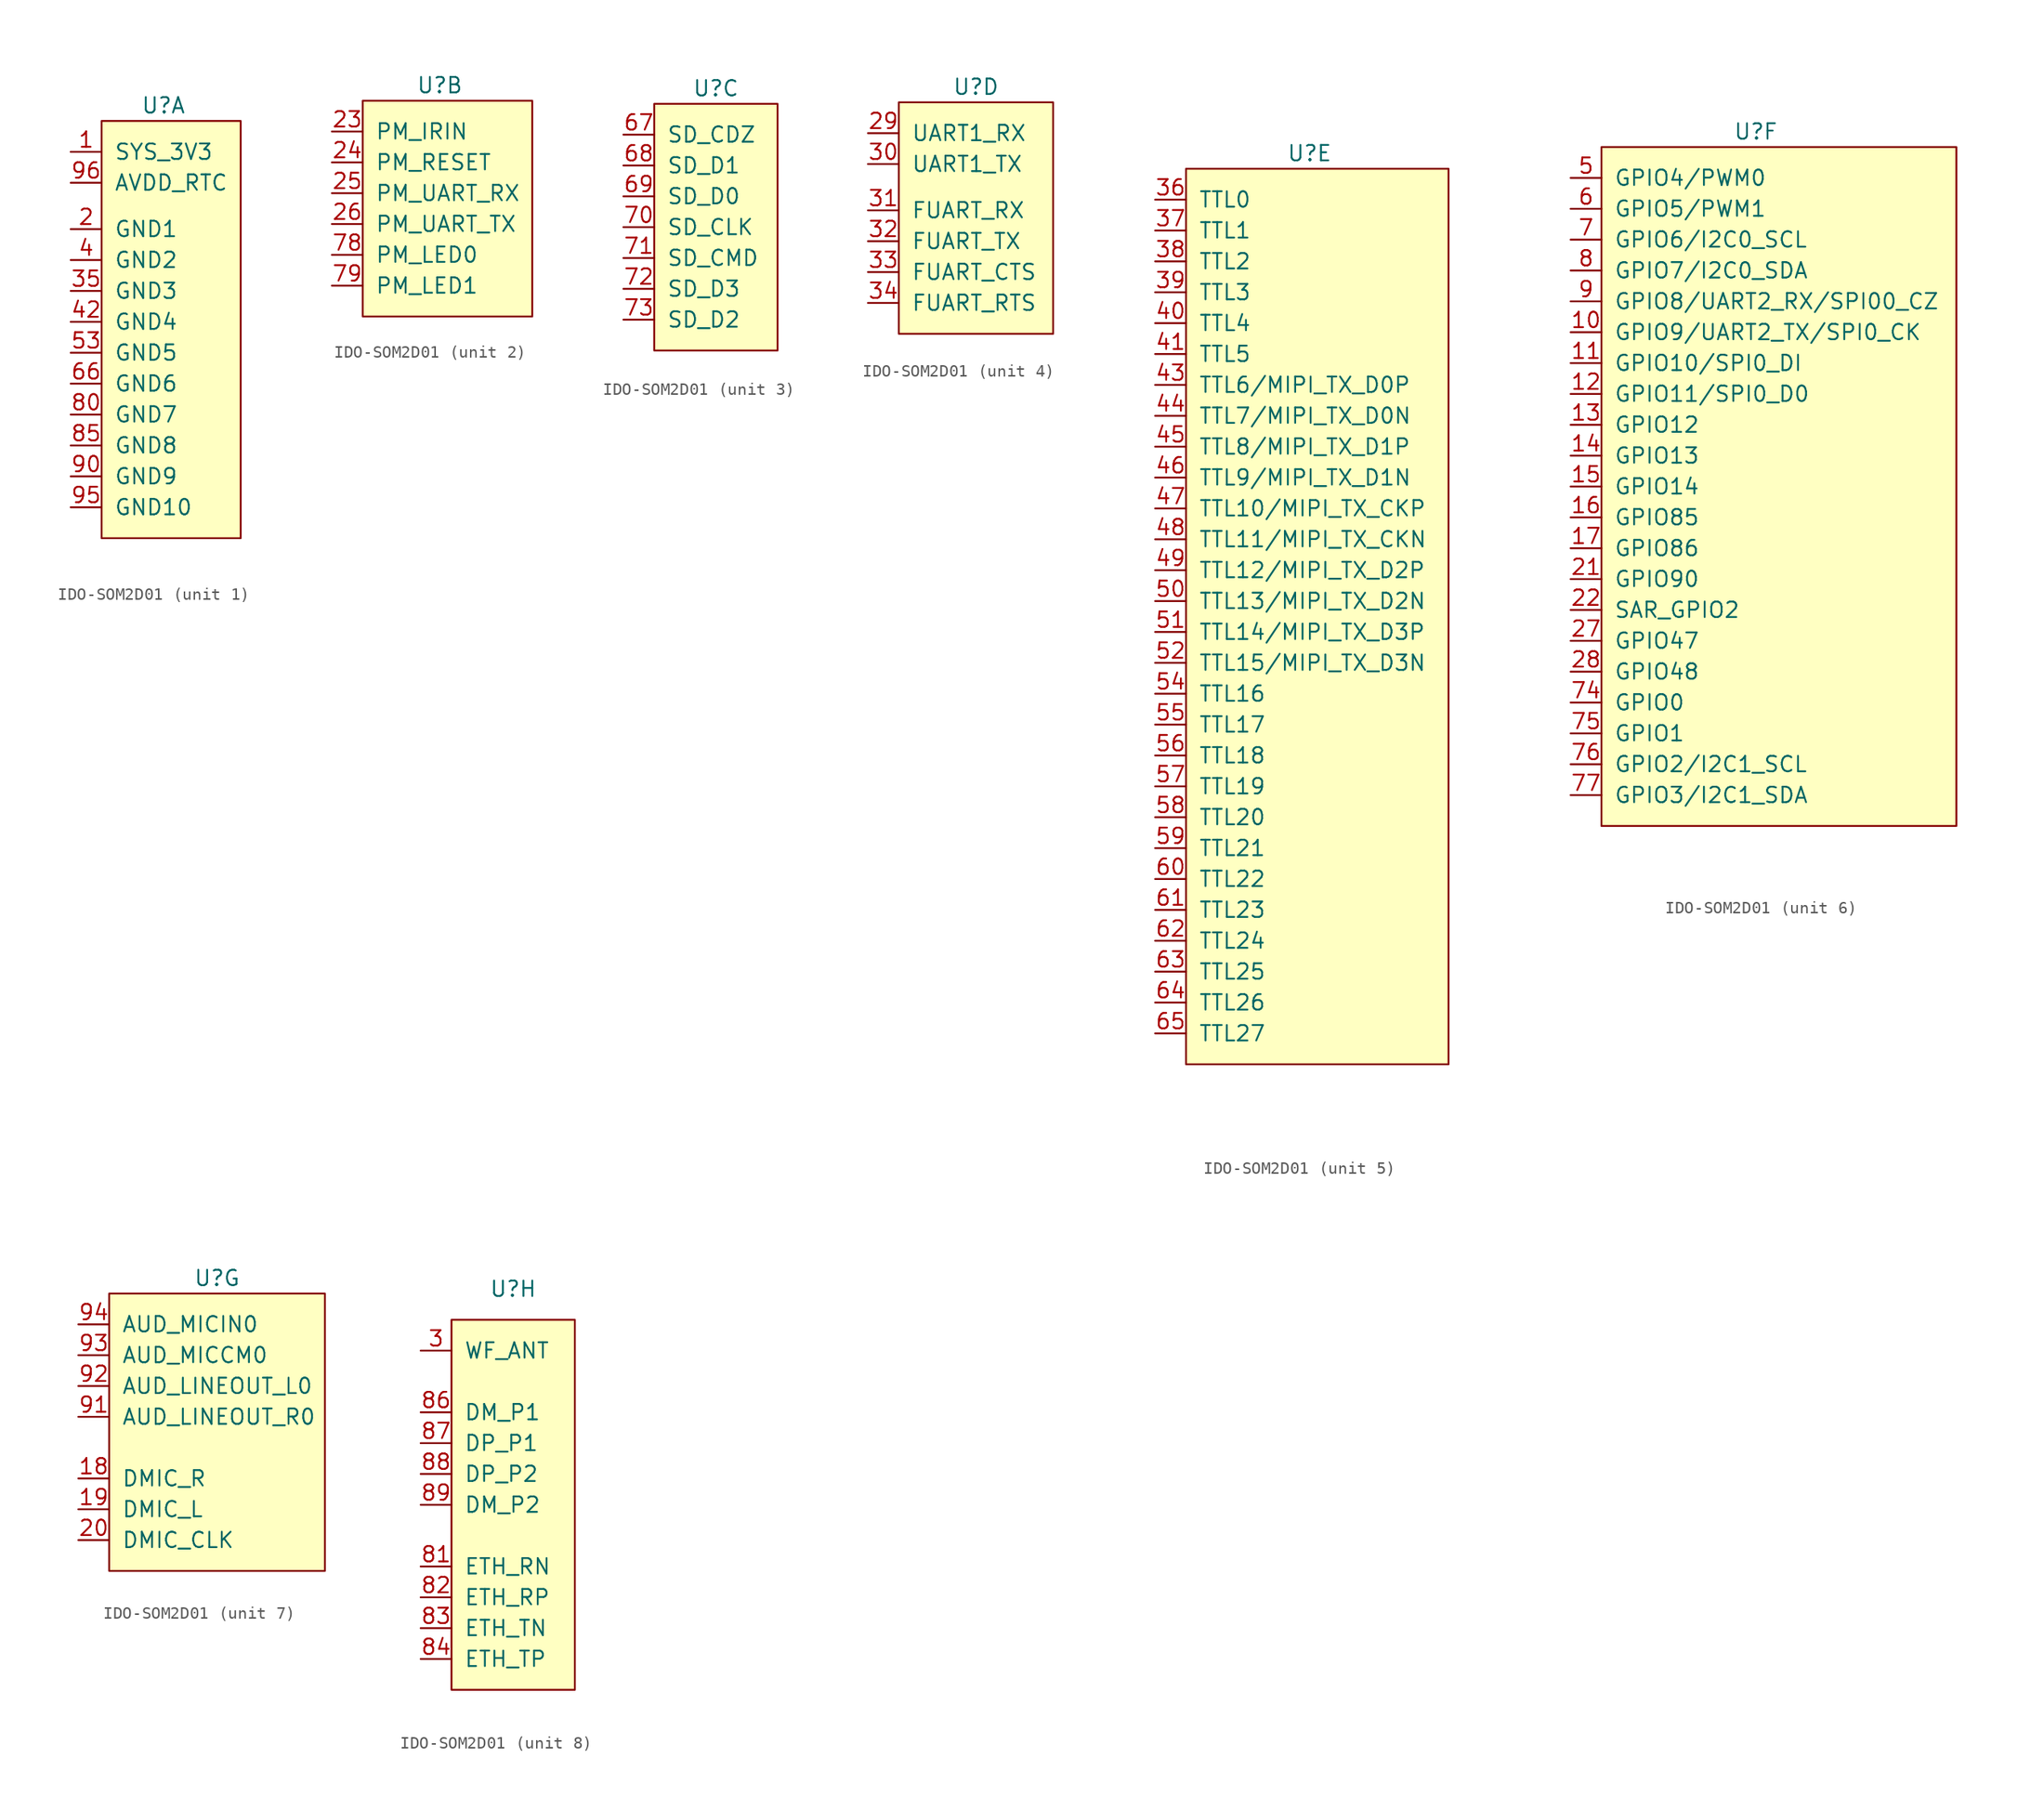
<source format=kicad_sym>
(kicad_symbol_lib
  (version 20201005)
  (generator kicad_symbol_editor)
  (symbol "IC_library:IDO-SOM2D01"
    (pin_names
      (offset 1.016))
    (property "Reference" "U"
      (at 0 0 0)
      (effects (font (size 1.27 1.27))))
    (property "ki_locked" ""
      (at 0 0 0)
      (effects (font (size 1.27 1.27))))
    (symbol "IDO-SOM2D01_1_1"
      (rectangle (start -5.08 -1.27) (end 6.35 -35.56) (stroke (width 0)) (fill (type background)))
      (pin input line (at -7.62 -3.81 0) (length 2.54) (name "SYS_3V3" (effects (font (size 1.27 1.27)))) (number "1" (effects (font (size 1.27 1.27)))))
      (pin input line (at -7.62 -10.16 0) (length 2.54) (name "GND1" (effects (font (size 1.27 1.27)))) (number "2" (effects (font (size 1.27 1.27)))))
      (pin input line (at -7.62 -15.24 0) (length 2.54) (name "GND3" (effects (font (size 1.27 1.27)))) (number "35" (effects (font (size 1.27 1.27)))))
      (pin input line (at -7.62 -12.7 0) (length 2.54) (name "GND2" (effects (font (size 1.27 1.27)))) (number "4" (effects (font (size 1.27 1.27)))))
      (pin input line (at -7.62 -17.78 0) (length 2.54) (name "GND4" (effects (font (size 1.27 1.27)))) (number "42" (effects (font (size 1.27 1.27)))))
      (pin input line (at -7.62 -20.32 0) (length 2.54) (name "GND5" (effects (font (size 1.27 1.27)))) (number "53" (effects (font (size 1.27 1.27)))))
      (pin input line (at -7.62 -22.86 0) (length 2.54) (name "GND6" (effects (font (size 1.27 1.27)))) (number "66" (effects (font (size 1.27 1.27)))))
      (pin input line (at -7.62 -25.4 0) (length 2.54) (name "GND7" (effects (font (size 1.27 1.27)))) (number "80" (effects (font (size 1.27 1.27)))))
      (pin input line (at -7.62 -27.94 0) (length 2.54) (name "GND8" (effects (font (size 1.27 1.27)))) (number "85" (effects (font (size 1.27 1.27)))))
      (pin input line (at -7.62 -30.48 0) (length 2.54) (name "GND9" (effects (font (size 1.27 1.27)))) (number "90" (effects (font (size 1.27 1.27)))))
      (pin input line (at -7.62 -33.02 0) (length 2.54) (name "GND10" (effects (font (size 1.27 1.27)))) (number "95" (effects (font (size 1.27 1.27)))))
      (pin input line (at -7.62 -6.35 0) (length 2.54) (name "AVDD_RTC" (effects (font (size 1.27 1.27)))) (number "96" (effects (font (size 1.27 1.27))))))
    (symbol "IDO-SOM2D01_2_1"
      (rectangle (start -6.35 -1.27) (end 7.62 -19.05) (stroke (width 0)) (fill (type background)))
      (pin input line (at -8.89 -3.81 0) (length 2.54) (name "PM_IRIN" (effects (font (size 1.27 1.27)))) (number "23" (effects (font (size 1.27 1.27)))))
      (pin input line (at -8.89 -6.35 0) (length 2.54) (name "PM_RESET" (effects (font (size 1.27 1.27)))) (number "24" (effects (font (size 1.27 1.27)))))
      (pin input line (at -8.89 -8.89 0) (length 2.54) (name "PM_UART_RX" (effects (font (size 1.27 1.27)))) (number "25" (effects (font (size 1.27 1.27)))))
      (pin input line (at -8.89 -11.43 0) (length 2.54) (name "PM_UART_TX" (effects (font (size 1.27 1.27)))) (number "26" (effects (font (size 1.27 1.27)))))
      (pin input line (at -8.89 -13.97 0) (length 2.54) (name "PM_LED0" (effects (font (size 1.27 1.27)))) (number "78" (effects (font (size 1.27 1.27)))))
      (pin input line (at -8.89 -16.51 0) (length 2.54) (name "PM_LED1" (effects (font (size 1.27 1.27)))) (number "79" (effects (font (size 1.27 1.27))))))
    (symbol "IDO-SOM2D01_3_1"
      (rectangle (start -5.08 -1.27) (end 5.08 -21.59) (stroke (width 0)) (fill (type background)))
      (pin input line (at -7.62 -3.81 0) (length 2.54) (name "SD_CDZ" (effects (font (size 1.27 1.27)))) (number "67" (effects (font (size 1.27 1.27)))))
      (pin input line (at -7.62 -6.35 0) (length 2.54) (name "SD_D1" (effects (font (size 1.27 1.27)))) (number "68" (effects (font (size 1.27 1.27)))))
      (pin input line (at -7.62 -8.89 0) (length 2.54) (name "SD_D0" (effects (font (size 1.27 1.27)))) (number "69" (effects (font (size 1.27 1.27)))))
      (pin input line (at -7.62 -11.43 0) (length 2.54) (name "SD_CLK" (effects (font (size 1.27 1.27)))) (number "70" (effects (font (size 1.27 1.27)))))
      (pin input line (at -7.62 -13.97 0) (length 2.54) (name "SD_CMD" (effects (font (size 1.27 1.27)))) (number "71" (effects (font (size 1.27 1.27)))))
      (pin input line (at -7.62 -16.51 0) (length 2.54) (name "SD_D3" (effects (font (size 1.27 1.27)))) (number "72" (effects (font (size 1.27 1.27)))))
      (pin input line (at -7.62 -19.05 0) (length 2.54) (name "SD_D2" (effects (font (size 1.27 1.27)))) (number "73" (effects (font (size 1.27 1.27))))))
    (symbol "IDO-SOM2D01_4_1"
      (rectangle (start -6.35 -1.27) (end 6.35 -20.32) (stroke (width 0)) (fill (type background)))
      (pin input line (at -8.89 -3.81 0) (length 2.54) (name "UART1_RX" (effects (font (size 1.27 1.27)))) (number "29" (effects (font (size 1.27 1.27)))))
      (pin input line (at -8.89 -6.35 0) (length 2.54) (name "UART1_TX" (effects (font (size 1.27 1.27)))) (number "30" (effects (font (size 1.27 1.27)))))
      (pin input line (at -8.89 -10.16 0) (length 2.54) (name "FUART_RX" (effects (font (size 1.27 1.27)))) (number "31" (effects (font (size 1.27 1.27)))))
      (pin input line (at -8.89 -12.7 0) (length 2.54) (name "FUART_TX" (effects (font (size 1.27 1.27)))) (number "32" (effects (font (size 1.27 1.27)))))
      (pin input line (at -8.89 -15.24 0) (length 2.54) (name "FUART_CTS" (effects (font (size 1.27 1.27)))) (number "33" (effects (font (size 1.27 1.27)))))
      (pin input line (at -8.89 -17.78 0) (length 2.54) (name "FUART_RTS" (effects (font (size 1.27 1.27)))) (number "34" (effects (font (size 1.27 1.27))))))
    (symbol "IDO-SOM2D01_5_1"
      (rectangle (start -10.16 -1.27) (end 11.43 -74.93) (stroke (width 0)) (fill (type background)))
      (pin input line (at -12.7 -3.81 0) (length 2.54) (name "TTL0" (effects (font (size 1.27 1.27)))) (number "36" (effects (font (size 1.27 1.27)))))
      (pin input line (at -12.7 -6.35 0) (length 2.54) (name "TTL1" (effects (font (size 1.27 1.27)))) (number "37" (effects (font (size 1.27 1.27)))))
      (pin input line (at -12.7 -8.89 0) (length 2.54) (name "TTL2" (effects (font (size 1.27 1.27)))) (number "38" (effects (font (size 1.27 1.27)))))
      (pin input line (at -12.7 -11.43 0) (length 2.54) (name "TTL3" (effects (font (size 1.27 1.27)))) (number "39" (effects (font (size 1.27 1.27)))))
      (pin input line (at -12.7 -13.97 0) (length 2.54) (name "TTL4" (effects (font (size 1.27 1.27)))) (number "40" (effects (font (size 1.27 1.27)))))
      (pin input line (at -12.7 -16.51 0) (length 2.54) (name "TTL5" (effects (font (size 1.27 1.27)))) (number "41" (effects (font (size 1.27 1.27)))))
      (pin input line (at -12.7 -19.05 0) (length 2.54) (name "TTL6/MIPI_TX_D0P" (effects (font (size 1.27 1.27)))) (number "43" (effects (font (size 1.27 1.27)))))
      (pin input line (at -12.7 -21.59 0) (length 2.54) (name "TTL7/MIPI_TX_D0N" (effects (font (size 1.27 1.27)))) (number "44" (effects (font (size 1.27 1.27)))))
      (pin input line (at -12.7 -24.13 0) (length 2.54) (name "TTL8/MIPI_TX_D1P" (effects (font (size 1.27 1.27)))) (number "45" (effects (font (size 1.27 1.27)))))
      (pin input line (at -12.7 -26.67 0) (length 2.54) (name "TTL9/MIPI_TX_D1N" (effects (font (size 1.27 1.27)))) (number "46" (effects (font (size 1.27 1.27)))))
      (pin input line (at -12.7 -29.21 0) (length 2.54) (name "TTL10/MIPI_TX_CKP" (effects (font (size 1.27 1.27)))) (number "47" (effects (font (size 1.27 1.27)))))
      (pin input line (at -12.7 -31.75 0) (length 2.54) (name "TTL11/MIPI_TX_CKN" (effects (font (size 1.27 1.27)))) (number "48" (effects (font (size 1.27 1.27)))))
      (pin input line (at -12.7 -34.29 0) (length 2.54) (name "TTL12/MIPI_TX_D2P" (effects (font (size 1.27 1.27)))) (number "49" (effects (font (size 1.27 1.27)))))
      (pin input line (at -12.7 -36.83 0) (length 2.54) (name "TTL13/MIPI_TX_D2N" (effects (font (size 1.27 1.27)))) (number "50" (effects (font (size 1.27 1.27)))))
      (pin input line (at -12.7 -39.37 0) (length 2.54) (name "TTL14/MIPI_TX_D3P" (effects (font (size 1.27 1.27)))) (number "51" (effects (font (size 1.27 1.27)))))
      (pin input line (at -12.7 -41.91 0) (length 2.54) (name "TTL15/MIPI_TX_D3N" (effects (font (size 1.27 1.27)))) (number "52" (effects (font (size 1.27 1.27)))))
      (pin input line (at -12.7 -44.45 0) (length 2.54) (name "TTL16" (effects (font (size 1.27 1.27)))) (number "54" (effects (font (size 1.27 1.27)))))
      (pin input line (at -12.7 -46.99 0) (length 2.54) (name "TTL17" (effects (font (size 1.27 1.27)))) (number "55" (effects (font (size 1.27 1.27)))))
      (pin input line (at -12.7 -49.53 0) (length 2.54) (name "TTL18" (effects (font (size 1.27 1.27)))) (number "56" (effects (font (size 1.27 1.27)))))
      (pin input line (at -12.7 -52.07 0) (length 2.54) (name "TTL19" (effects (font (size 1.27 1.27)))) (number "57" (effects (font (size 1.27 1.27)))))
      (pin input line (at -12.7 -54.61 0) (length 2.54) (name "TTL20" (effects (font (size 1.27 1.27)))) (number "58" (effects (font (size 1.27 1.27)))))
      (pin input line (at -12.7 -57.15 0) (length 2.54) (name "TTL21" (effects (font (size 1.27 1.27)))) (number "59" (effects (font (size 1.27 1.27)))))
      (pin input line (at -12.7 -59.69 0) (length 2.54) (name "TTL22" (effects (font (size 1.27 1.27)))) (number "60" (effects (font (size 1.27 1.27)))))
      (pin input line (at -12.7 -62.23 0) (length 2.54) (name "TTL23" (effects (font (size 1.27 1.27)))) (number "61" (effects (font (size 1.27 1.27)))))
      (pin input line (at -12.7 -64.77 0) (length 2.54) (name "TTL24" (effects (font (size 1.27 1.27)))) (number "62" (effects (font (size 1.27 1.27)))))
      (pin input line (at -12.7 -67.31 0) (length 2.54) (name "TTL25" (effects (font (size 1.27 1.27)))) (number "63" (effects (font (size 1.27 1.27)))))
      (pin input line (at -12.7 -69.85 0) (length 2.54) (name "TTL26" (effects (font (size 1.27 1.27)))) (number "64" (effects (font (size 1.27 1.27)))))
      (pin input line (at -12.7 -72.39 0) (length 2.54) (name "TTL27" (effects (font (size 1.27 1.27)))) (number "65" (effects (font (size 1.27 1.27))))))
    (symbol "IDO-SOM2D01_6_1"
      (rectangle (start -12.7 -1.27) (end 16.51 -57.15) (stroke (width 0)) (fill (type background)))
      (pin input line (at -15.24 -16.51 0) (length 2.54) (name "GPIO9/UART2_TX/SPI0_CK" (effects (font (size 1.27 1.27)))) (number "10" (effects (font (size 1.27 1.27)))))
      (pin input line (at -15.24 -19.05 0) (length 2.54) (name "GPIO10/SPI0_DI" (effects (font (size 1.27 1.27)))) (number "11" (effects (font (size 1.27 1.27)))))
      (pin input line (at -15.24 -21.59 0) (length 2.54) (name "GPIO11/SPI0_D0" (effects (font (size 1.27 1.27)))) (number "12" (effects (font (size 1.27 1.27)))))
      (pin input line (at -15.24 -24.13 0) (length 2.54) (name "GPIO12" (effects (font (size 1.27 1.27)))) (number "13" (effects (font (size 1.27 1.27)))))
      (pin input line (at -15.24 -26.67 0) (length 2.54) (name "GPIO13" (effects (font (size 1.27 1.27)))) (number "14" (effects (font (size 1.27 1.27)))))
      (pin input line (at -15.24 -29.21 0) (length 2.54) (name "GPIO14" (effects (font (size 1.27 1.27)))) (number "15" (effects (font (size 1.27 1.27)))))
      (pin input line (at -15.24 -31.75 0) (length 2.54) (name "GPIO85" (effects (font (size 1.27 1.27)))) (number "16" (effects (font (size 1.27 1.27)))))
      (pin input line (at -15.24 -34.29 0) (length 2.54) (name "GPIO86" (effects (font (size 1.27 1.27)))) (number "17" (effects (font (size 1.27 1.27)))))
      (pin input line (at -15.24 -36.83 0) (length 2.54) (name "GPIO90" (effects (font (size 1.27 1.27)))) (number "21" (effects (font (size 1.27 1.27)))))
      (pin input line (at -15.24 -39.37 0) (length 2.54) (name "SAR_GPIO2" (effects (font (size 1.27 1.27)))) (number "22" (effects (font (size 1.27 1.27)))))
      (pin input line (at -15.24 -41.91 0) (length 2.54) (name "GPIO47" (effects (font (size 1.27 1.27)))) (number "27" (effects (font (size 1.27 1.27)))))
      (pin input line (at -15.24 -44.45 0) (length 2.54) (name "GPIO48" (effects (font (size 1.27 1.27)))) (number "28" (effects (font (size 1.27 1.27)))))
      (pin input line (at -15.24 -3.81 0) (length 2.54) (name "GPIO4/PWM0" (effects (font (size 1.27 1.27)))) (number "5" (effects (font (size 1.27 1.27)))))
      (pin input line (at -15.24 -6.35 0) (length 2.54) (name "GPIO5/PWM1" (effects (font (size 1.27 1.27)))) (number "6" (effects (font (size 1.27 1.27)))))
      (pin input line (at -15.24 -8.89 0) (length 2.54) (name "GPIO6/I2C0_SCL" (effects (font (size 1.27 1.27)))) (number "7" (effects (font (size 1.27 1.27)))))
      (pin input line (at -15.24 -46.99 0) (length 2.54) (name "GPIO0" (effects (font (size 1.27 1.27)))) (number "74" (effects (font (size 1.27 1.27)))))
      (pin input line (at -15.24 -49.53 0) (length 2.54) (name "GPIO1" (effects (font (size 1.27 1.27)))) (number "75" (effects (font (size 1.27 1.27)))))
      (pin input line (at -15.24 -52.07 0) (length 2.54) (name "GPIO2/I2C1_SCL" (effects (font (size 1.27 1.27)))) (number "76" (effects (font (size 1.27 1.27)))))
      (pin input line (at -15.24 -54.61 0) (length 2.54) (name "GPIO3/I2C1_SDA" (effects (font (size 1.27 1.27)))) (number "77" (effects (font (size 1.27 1.27)))))
      (pin input line (at -15.24 -11.43 0) (length 2.54) (name "GPIO7/I2C0_SDA" (effects (font (size 1.27 1.27)))) (number "8" (effects (font (size 1.27 1.27)))))
      (pin input line (at -15.24 -13.97 0) (length 2.54) (name "GPIO8/UART2_RX/SPI00_CZ" (effects (font (size 1.27 1.27)))) (number "9" (effects (font (size 1.27 1.27))))))
    (symbol "IDO-SOM2D01_7_1"
      (rectangle (start -8.89 -1.27) (end 8.89 -24.13) (stroke (width 0)) (fill (type background)))
      (pin input line (at -11.43 -16.51 0) (length 2.54) (name "DMIC_R" (effects (font (size 1.27 1.27)))) (number "18" (effects (font (size 1.27 1.27)))))
      (pin input line (at -11.43 -19.05 0) (length 2.54) (name "DMIC_L" (effects (font (size 1.27 1.27)))) (number "19" (effects (font (size 1.27 1.27)))))
      (pin input line (at -11.43 -21.59 0) (length 2.54) (name "DMIC_CLK" (effects (font (size 1.27 1.27)))) (number "20" (effects (font (size 1.27 1.27)))))
      (pin input line (at -11.43 -11.43 0) (length 2.54) (name "AUD_LINEOUT_R0" (effects (font (size 1.27 1.27)))) (number "91" (effects (font (size 1.27 1.27)))))
      (pin input line (at -11.43 -8.89 0) (length 2.54) (name "AUD_LINEOUT_L0" (effects (font (size 1.27 1.27)))) (number "92" (effects (font (size 1.27 1.27)))))
      (pin input line (at -11.43 -6.35 0) (length 2.54) (name "AUD_MICCM0" (effects (font (size 1.27 1.27)))) (number "93" (effects (font (size 1.27 1.27)))))
      (pin input line (at -11.43 -3.81 0) (length 2.54) (name "AUD_MICIN0" (effects (font (size 1.27 1.27)))) (number "94" (effects (font (size 1.27 1.27))))))
    (symbol "IDO-SOM2D01_8_1"
      (rectangle (start -5.08 -2.54) (end 5.08 -33.02) (stroke (width 0)) (fill (type background)))
      (pin input line (at -7.62 -5.08 0) (length 2.54) (name "WF_ANT" (effects (font (size 1.27 1.27)))) (number "3" (effects (font (size 1.27 1.27)))))
      (pin input line (at -7.62 -22.86 0) (length 2.54) (name "ETH_RN" (effects (font (size 1.27 1.27)))) (number "81" (effects (font (size 1.27 1.27)))))
      (pin input line (at -7.62 -25.4 0) (length 2.54) (name "ETH_RP" (effects (font (size 1.27 1.27)))) (number "82" (effects (font (size 1.27 1.27)))))
      (pin input line (at -7.62 -27.94 0) (length 2.54) (name "ETH_TN" (effects (font (size 1.27 1.27)))) (number "83" (effects (font (size 1.27 1.27)))))
      (pin input line (at -7.62 -30.48 0) (length 2.54) (name "ETH_TP" (effects (font (size 1.27 1.27)))) (number "84" (effects (font (size 1.27 1.27)))))
      (pin input line (at -7.62 -10.16 0) (length 2.54) (name "DM_P1" (effects (font (size 1.27 1.27)))) (number "86" (effects (font (size 1.27 1.27)))))
      (pin input line (at -7.62 -12.7 0) (length 2.54) (name "DP_P1" (effects (font (size 1.27 1.27)))) (number "87" (effects (font (size 1.27 1.27)))))
      (pin input line (at -7.62 -15.24 0) (length 2.54) (name "DP_P2" (effects (font (size 1.27 1.27)))) (number "88" (effects (font (size 1.27 1.27)))))
      (pin input line (at -7.62 -17.78 0) (length 2.54) (name "DM_P2" (effects (font (size 1.27 1.27)))) (number "89" (effects (font (size 1.27 1.27))))))))
</source>
